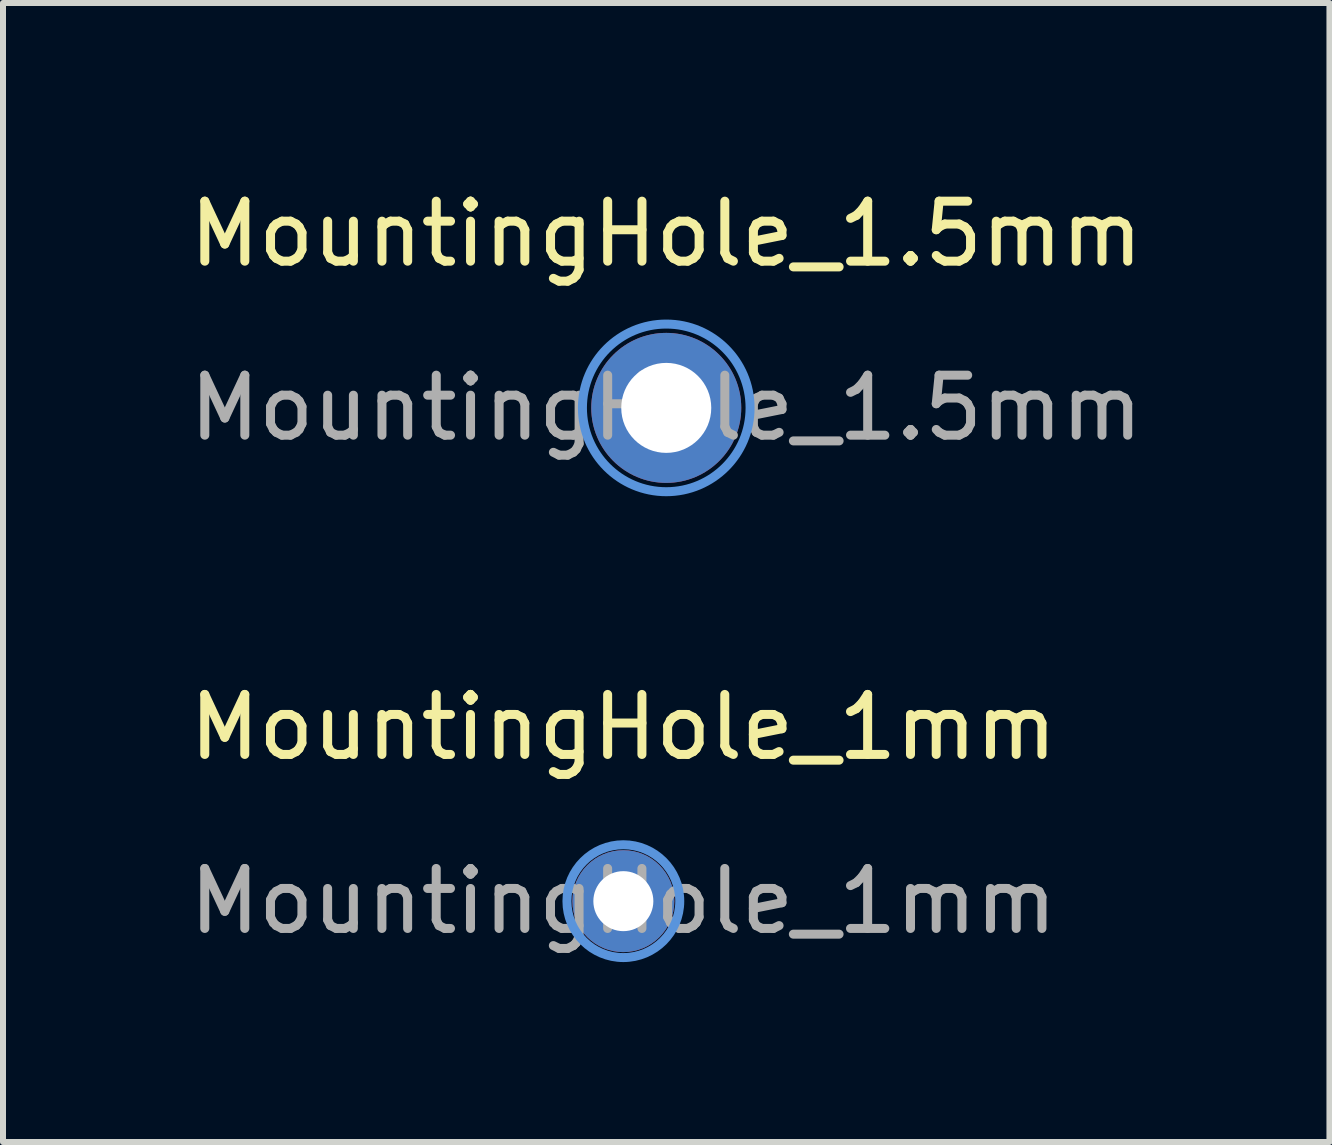
<source format=kicad_pcb>
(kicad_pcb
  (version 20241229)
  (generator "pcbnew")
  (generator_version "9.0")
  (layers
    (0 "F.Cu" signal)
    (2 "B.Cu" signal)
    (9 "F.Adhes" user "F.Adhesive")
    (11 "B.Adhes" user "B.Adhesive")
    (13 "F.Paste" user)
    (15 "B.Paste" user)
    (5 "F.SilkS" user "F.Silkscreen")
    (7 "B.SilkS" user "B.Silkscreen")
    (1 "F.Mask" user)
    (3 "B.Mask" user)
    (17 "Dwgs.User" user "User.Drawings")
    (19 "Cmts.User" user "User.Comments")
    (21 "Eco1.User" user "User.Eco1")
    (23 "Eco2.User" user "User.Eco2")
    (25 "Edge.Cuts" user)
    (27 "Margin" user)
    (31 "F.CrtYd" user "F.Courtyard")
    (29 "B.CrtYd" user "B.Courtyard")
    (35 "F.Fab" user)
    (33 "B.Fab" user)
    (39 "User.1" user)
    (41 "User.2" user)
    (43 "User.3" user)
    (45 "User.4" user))
  (footprint "MountingHole_1.5mm"
    (layer "F.Cu")
    (at 8.054 3.748)
    (property "Reference" "MountingHole_1.5mm" (at 0 -2.9 0) (layer "F.SilkS") (effects (font (size 1 1) (thickness 0.15))))
    (attr exclude_from_pos_files exclude_from_bom)
    (fp_circle (center 0 0) (end 1.397 0) (stroke (width 0.15) (type solid)) (fill no) (layer "Cmts.User"))
    (fp_circle (center 0 0) (end 1.397 -0.025) (stroke (width 0.05) (type solid)) (fill no) (layer "F.CrtYd"))
    (fp_text user "${REFERENCE}" (at 0 0 0) (layer "F.Fab") (effects (font (size 1 1) (thickness 0.15))))
    (pad "1" thru_hole circle (at 0 0) (size 2.5 2.5) (drill 1.5) (layers "*.Cu" "*.Mask")))
  (footprint "MountingHole_1mm"
    (layer "F.Cu")
    (at 7.339 11.969)
    (property "Reference" "MountingHole_1mm" (at 0 -2.9 0) (layer "F.SilkS") (effects (font (size 1 1) (thickness 0.15))))
    (attr exclude_from_pos_files exclude_from_bom)
    (fp_circle (center 0 0) (end 0.94 0) (stroke (width 0.15) (type solid)) (fill no) (layer "Cmts.User"))
    (fp_circle (center 0 0) (end 0.914 -0.025) (stroke (width 0.05) (type solid)) (fill no) (layer "F.CrtYd"))
    (fp_text user "${REFERENCE}" (at 0 0 0) (layer "F.Fab") (effects (font (size 1 1) (thickness 0.15))))
    (pad "1" thru_hole circle (at 0 0) (size 1.7 1.7) (drill 1) (layers "*.Cu" "*.Mask")))
  (gr_rect
    (start -3 -3)
    (end 19.107 15.983)
    (stroke (width 0.1) (type default))
    (fill no)
    (layer "Edge.Cuts")))
</source>
